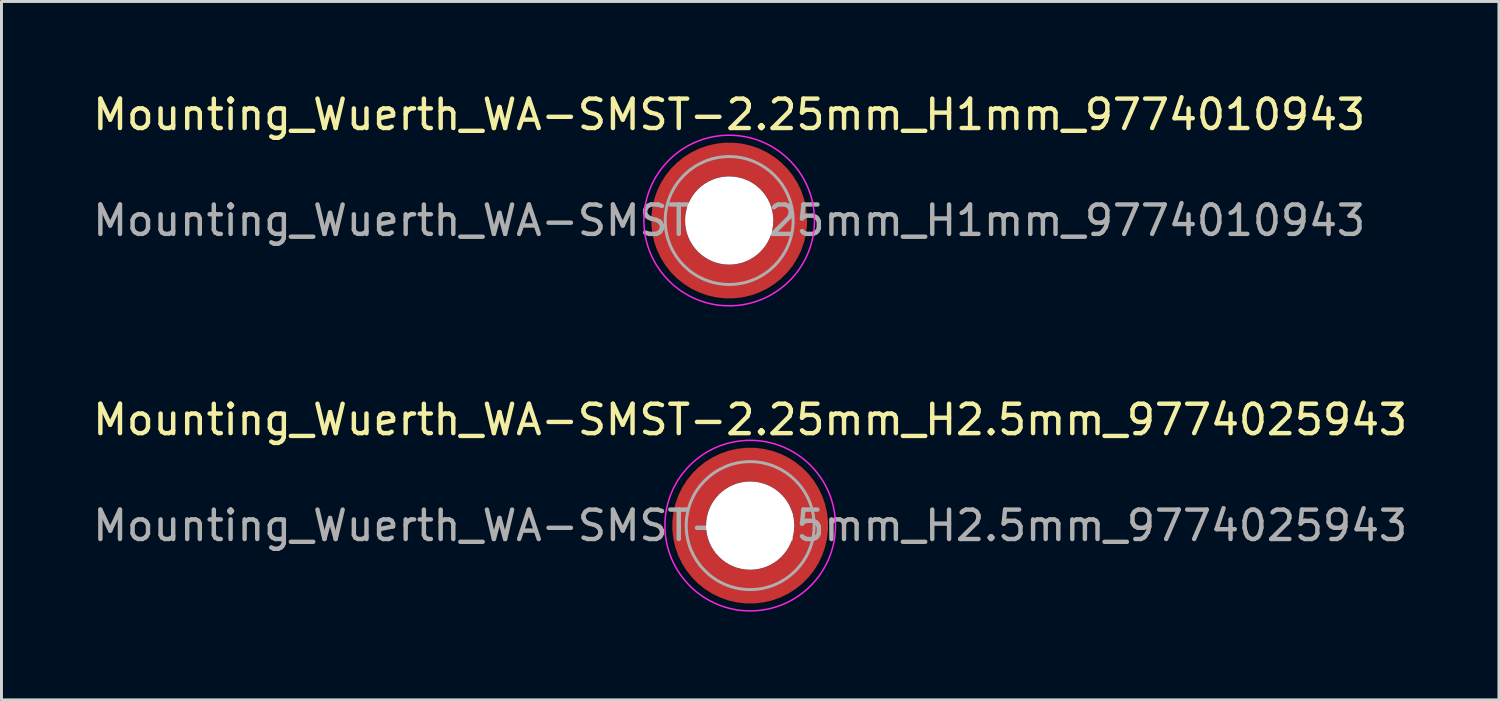
<source format=kicad_pcb>
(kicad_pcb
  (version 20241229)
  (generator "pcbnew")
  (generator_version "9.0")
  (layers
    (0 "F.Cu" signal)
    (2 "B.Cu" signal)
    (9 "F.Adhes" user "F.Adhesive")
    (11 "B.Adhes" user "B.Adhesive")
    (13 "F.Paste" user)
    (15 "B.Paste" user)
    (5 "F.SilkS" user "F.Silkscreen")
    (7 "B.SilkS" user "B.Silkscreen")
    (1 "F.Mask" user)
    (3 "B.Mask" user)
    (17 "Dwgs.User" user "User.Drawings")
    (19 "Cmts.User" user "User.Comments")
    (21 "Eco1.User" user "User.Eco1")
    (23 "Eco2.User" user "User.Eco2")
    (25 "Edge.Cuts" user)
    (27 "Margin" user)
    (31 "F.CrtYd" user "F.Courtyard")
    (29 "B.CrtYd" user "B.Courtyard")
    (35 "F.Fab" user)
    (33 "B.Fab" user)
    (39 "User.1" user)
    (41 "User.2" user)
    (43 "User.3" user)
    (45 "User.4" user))
  (footprint "Mounting_Wuerth_WA-SMST-2.25mm_H2.5mm_9774025943"
    (layer "F.Cu")
    (at 22.458 14.822)
    (property "Reference" "Mounting_Wuerth_WA-SMST-2.25mm_H2.5mm_9774025943" (at 0 -3.6 0) (layer "F.SilkS") (effects (font (size 1 1) (thickness 0.15))))
    (attr smd)
    (fp_circle (center 0 0) (end 2.9 0) (stroke (width 0.05) (type solid)) (fill no) (layer "F.CrtYd"))
    (fp_circle (center 0 0) (end 2.175 0) (stroke (width 0.1) (type solid)) (fill no) (layer "F.Fab"))
    (fp_text user "${REFERENCE}" (at 0 0 0) (layer "F.Fab") (effects (font (size 1 1) (thickness 0.15))))
    (pad "" smd custom (at -1.453 -1.453) (size 0.61 0.61) (layers "F.Paste") (options (anchor circle)) (primitives (gr_arc (start -0.147677 1.053104) (mid 0.285964 0.286792) (end 1.051968 -0.147393) (width 0.2)) (gr_arc (start -0.240295 1.053104) (mid 0.22253 0.222946) (end 1.052531 -0.24016) (width 0.2)) (gr_arc (start -0.332645 1.053104) (mid 0.158548 0.15965) (end 1.051583 -0.332304) (width 0.2)) (gr_arc (start -0.424767 1.053104) (mid 0.09486 0.096059) (end 1.051446 -0.424413) (width 0.2)) (gr_arc (start -0.516693 1.053104) (mid 0.031293 0.032346) (end 1.051645 -0.516396) (width 0.2)) (gr_arc (start -0.608448 1.053104) (mid -0.032323 -0.031316) (end 1.051707 -0.608176) (width 0.2)) (gr_arc (start -0.700056 1.053104) (mid -0.09616 -0.094758) (end 1.051155 -0.699693) (width 0.2)) (gr_arc (start -0.791534 1.053104) (mid -0.160388 -0.15781) (end 1.049515 -0.790891) (width 0.2)) (gr_arc (start -0.882896 1.053104) (mid -0.223713 -0.221764) (end 1.050388 -0.882429) (width 0.2)) (gr_arc (start -0.974157 1.053104) (mid -0.287654 -0.2851) (end 1.049541 -0.973566) (width 0.2)) (gr_line (start 1.053 -0.148) (end 1.053 -0.974) (width 0.2)) (gr_line (start -0.148 1.053) (end -0.974 1.053) (width 0.2))))
    (pad "" smd custom (at -1.453 1.453) (size 0.61 0.61) (layers "F.Paste") (options (anchor circle)) (primitives (gr_arc (start 1.053104 0.147677) (mid 0.286792 -0.285964) (end -0.147393 -1.051968) (width 0.2)) (gr_arc (start 1.053104 0.240295) (mid 0.222946 -0.22253) (end -0.24016 -1.052531) (width 0.2)) (gr_arc (start 1.053104 0.332645) (mid 0.15965 -0.158548) (end -0.332304 -1.051583) (width 0.2)) (gr_arc (start 1.053104 0.424767) (mid 0.096059 -0.09486) (end -0.424413 -1.051446) (width 0.2)) (gr_arc (start 1.053104 0.516693) (mid 0.032346 -0.031293) (end -0.516396 -1.051645) (width 0.2)) (gr_arc (start 1.053104 0.608448) (mid -0.031316 0.032323) (end -0.608176 -1.051707) (width 0.2)) (gr_arc (start 1.053104 0.700056) (mid -0.094758 0.09616) (end -0.699693 -1.051155) (width 0.2)) (gr_arc (start 1.053104 0.791534) (mid -0.15781 0.160388) (end -0.790891 -1.049515) (width 0.2)) (gr_arc (start 1.053104 0.882896) (mid -0.221765 0.223713) (end -0.882429 -1.050388) (width 0.2)) (gr_arc (start 1.053104 0.974157) (mid -0.2851 0.287654) (end -0.973566 -1.049541) (width 0.2)) (gr_line (start -0.148 -1.053) (end -0.974 -1.053) (width 0.2)) (gr_line (start 1.053 0.148) (end 1.053 0.974) (width 0.2))))
    (pad "" np_thru_hole circle (at 0 0) (size 3 3) (drill 3) (layers "*.Cu" "*.Mask"))
    (pad "" smd custom (at 1.453 -1.453) (size 0.61 0.61) (layers "F.Paste") (options (anchor circle)) (primitives (gr_arc (start -1.053104 -0.147677) (mid -0.286792 0.285964) (end 0.147393 1.051968) (width 0.2)) (gr_arc (start -1.053104 -0.240295) (mid -0.222946 0.22253) (end 0.24016 1.052531) (width 0.2)) (gr_arc (start -1.053104 -0.332645) (mid -0.15965 0.158548) (end 0.332304 1.051583) (width 0.2)) (gr_arc (start -1.053104 -0.424767) (mid -0.096059 0.09486) (end 0.424413 1.051446) (width 0.2)) (gr_arc (start -1.053104 -0.516693) (mid -0.032346 0.031293) (end 0.516396 1.051645) (width 0.2)) (gr_arc (start -1.053104 -0.608448) (mid 0.031316 -0.032323) (end 0.608176 1.051707) (width 0.2)) (gr_arc (start -1.053104 -0.700056) (mid 0.094758 -0.09616) (end 0.699693 1.051155) (width 0.2)) (gr_arc (start -1.053104 -0.791534) (mid 0.15781 -0.160388) (end 0.790891 1.049515) (width 0.2)) (gr_arc (start -1.053104 -0.882896) (mid 0.221764 -0.223713) (end 0.882429 1.050388) (width 0.2)) (gr_arc (start -1.053104 -0.974157) (mid 0.2851 -0.287654) (end 0.973566 1.049541) (width 0.2)) (gr_line (start 0.148 1.053) (end 0.974 1.053) (width 0.2)) (gr_line (start -1.053 -0.148) (end -1.053 -0.974) (width 0.2))))
    (pad "" smd custom (at 1.453 1.453) (size 0.61 0.61) (layers "F.Paste") (options (anchor circle)) (primitives (gr_arc (start 0.147677 -1.053104) (mid -0.285964 -0.286792) (end -1.051968 0.147393) (width 0.2)) (gr_arc (start 0.240295 -1.053104) (mid -0.22253 -0.222946) (end -1.052531 0.24016) (width 0.2)) (gr_arc (start 0.332645 -1.053104) (mid -0.158548 -0.15965) (end -1.051583 0.332304) (width 0.2)) (gr_arc (start 0.424767 -1.053104) (mid -0.09486 -0.096059) (end -1.051446 0.424413) (width 0.2)) (gr_arc (start 0.516693 -1.053104) (mid -0.031293 -0.032346) (end -1.051645 0.516396) (width 0.2)) (gr_arc (start 0.608448 -1.053104) (mid 0.032323 0.031316) (end -1.051707 0.608176) (width 0.2)) (gr_arc (start 0.700056 -1.053104) (mid 0.09616 0.094758) (end -1.051155 0.699693) (width 0.2)) (gr_arc (start 0.791534 -1.053104) (mid 0.160388 0.15781) (end -1.049515 0.790891) (width 0.2)) (gr_arc (start 0.882896 -1.053104) (mid 0.223713 0.221764) (end -1.050388 0.882429) (width 0.2)) (gr_arc (start 0.974157 -1.053104) (mid 0.287654 0.2851) (end -1.049541 0.973566) (width 0.2)) (gr_line (start -1.053 0.148) (end -1.053 0.974) (width 0.2)) (gr_line (start 0.148 -1.053) (end 0.974 -1.053) (width 0.2))))
    (pad "1" smd circle (at -2.075 0) (size 0.75 0.75) (layers "F.Cu"))
    (pad "1" smd circle (at 0 -2.075) (size 0.75 0.75) (layers "F.Cu"))
    (pad "1" smd circle (at 0 2.075) (size 0.75 0.75) (layers "F.Cu"))
    (pad "1" smd custom (at 2.075 0) (size 0.75 0.75) (layers "F.Cu" "F.Mask") (options (anchor circle)) (primitives (gr_circle (center -2.075 0) (end 0 0) (width 1.15) (fill no)))))
  (footprint "Mounting_Wuerth_WA-SMST-2.25mm_H1mm_9774010943"
    (layer "F.Cu")
    (at 21.744 4.448)
    (property "Reference" "Mounting_Wuerth_WA-SMST-2.25mm_H1mm_9774010943" (at 0 -3.6 0) (layer "F.SilkS") (effects (font (size 1 1) (thickness 0.15))))
    (attr smd)
    (fp_circle (center 0 0) (end 2.9 0) (stroke (width 0.05) (type solid)) (fill no) (layer "F.CrtYd"))
    (fp_circle (center 0 0) (end 2.175 0) (stroke (width 0.1) (type solid)) (fill no) (layer "F.Fab"))
    (fp_text user "${REFERENCE}" (at 0 0 0) (layer "F.Fab") (effects (font (size 1 1) (thickness 0.15))))
    (pad "" smd custom (at -1.453 -1.453) (size 0.61 0.61) (layers "F.Paste") (options (anchor circle)) (primitives (gr_arc (start -0.147677 1.053104) (mid 0.285964 0.286792) (end 1.051968 -0.147393) (width 0.2)) (gr_arc (start -0.240295 1.053104) (mid 0.22253 0.222946) (end 1.052531 -0.24016) (width 0.2)) (gr_arc (start -0.332645 1.053104) (mid 0.158548 0.15965) (end 1.051583 -0.332304) (width 0.2)) (gr_arc (start -0.424767 1.053104) (mid 0.09486 0.096059) (end 1.051446 -0.424413) (width 0.2)) (gr_arc (start -0.516693 1.053104) (mid 0.031293 0.032346) (end 1.051645 -0.516396) (width 0.2)) (gr_arc (start -0.608448 1.053104) (mid -0.032323 -0.031316) (end 1.051707 -0.608176) (width 0.2)) (gr_arc (start -0.700056 1.053104) (mid -0.09616 -0.094758) (end 1.051155 -0.699693) (width 0.2)) (gr_arc (start -0.791534 1.053104) (mid -0.160388 -0.15781) (end 1.049515 -0.790891) (width 0.2)) (gr_arc (start -0.882896 1.053104) (mid -0.223713 -0.221764) (end 1.050388 -0.882429) (width 0.2)) (gr_arc (start -0.974157 1.053104) (mid -0.287654 -0.2851) (end 1.049541 -0.973566) (width 0.2)) (gr_line (start 1.053 -0.148) (end 1.053 -0.974) (width 0.2)) (gr_line (start -0.148 1.053) (end -0.974 1.053) (width 0.2))))
    (pad "" smd custom (at -1.453 1.453) (size 0.61 0.61) (layers "F.Paste") (options (anchor circle)) (primitives (gr_arc (start 1.053104 0.147677) (mid 0.286792 -0.285964) (end -0.147393 -1.051968) (width 0.2)) (gr_arc (start 1.053104 0.240295) (mid 0.222946 -0.22253) (end -0.24016 -1.052531) (width 0.2)) (gr_arc (start 1.053104 0.332645) (mid 0.15965 -0.158548) (end -0.332304 -1.051583) (width 0.2)) (gr_arc (start 1.053104 0.424767) (mid 0.096059 -0.09486) (end -0.424413 -1.051446) (width 0.2)) (gr_arc (start 1.053104 0.516693) (mid 0.032346 -0.031293) (end -0.516396 -1.051645) (width 0.2)) (gr_arc (start 1.053104 0.608448) (mid -0.031316 0.032323) (end -0.608176 -1.051707) (width 0.2)) (gr_arc (start 1.053104 0.700056) (mid -0.094758 0.09616) (end -0.699693 -1.051155) (width 0.2)) (gr_arc (start 1.053104 0.791534) (mid -0.15781 0.160388) (end -0.790891 -1.049515) (width 0.2)) (gr_arc (start 1.053104 0.882896) (mid -0.221765 0.223713) (end -0.882429 -1.050388) (width 0.2)) (gr_arc (start 1.053104 0.974157) (mid -0.2851 0.287654) (end -0.973566 -1.049541) (width 0.2)) (gr_line (start -0.148 -1.053) (end -0.974 -1.053) (width 0.2)) (gr_line (start 1.053 0.148) (end 1.053 0.974) (width 0.2))))
    (pad "" np_thru_hole circle (at 0 0) (size 3 3) (drill 3) (layers "*.Cu" "*.Mask"))
    (pad "" smd custom (at 1.453 -1.453) (size 0.61 0.61) (layers "F.Paste") (options (anchor circle)) (primitives (gr_arc (start -1.053104 -0.147677) (mid -0.286792 0.285964) (end 0.147393 1.051968) (width 0.2)) (gr_arc (start -1.053104 -0.240295) (mid -0.222946 0.22253) (end 0.24016 1.052531) (width 0.2)) (gr_arc (start -1.053104 -0.332645) (mid -0.15965 0.158548) (end 0.332304 1.051583) (width 0.2)) (gr_arc (start -1.053104 -0.424767) (mid -0.096059 0.09486) (end 0.424413 1.051446) (width 0.2)) (gr_arc (start -1.053104 -0.516693) (mid -0.032346 0.031293) (end 0.516396 1.051645) (width 0.2)) (gr_arc (start -1.053104 -0.608448) (mid 0.031316 -0.032323) (end 0.608176 1.051707) (width 0.2)) (gr_arc (start -1.053104 -0.700056) (mid 0.094758 -0.09616) (end 0.699693 1.051155) (width 0.2)) (gr_arc (start -1.053104 -0.791534) (mid 0.15781 -0.160388) (end 0.790891 1.049515) (width 0.2)) (gr_arc (start -1.053104 -0.882896) (mid 0.221764 -0.223713) (end 0.882429 1.050388) (width 0.2)) (gr_arc (start -1.053104 -0.974157) (mid 0.2851 -0.287654) (end 0.973566 1.049541) (width 0.2)) (gr_line (start 0.148 1.053) (end 0.974 1.053) (width 0.2)) (gr_line (start -1.053 -0.148) (end -1.053 -0.974) (width 0.2))))
    (pad "" smd custom (at 1.453 1.453) (size 0.61 0.61) (layers "F.Paste") (options (anchor circle)) (primitives (gr_arc (start 0.147677 -1.053104) (mid -0.285964 -0.286792) (end -1.051968 0.147393) (width 0.2)) (gr_arc (start 0.240295 -1.053104) (mid -0.22253 -0.222946) (end -1.052531 0.24016) (width 0.2)) (gr_arc (start 0.332645 -1.053104) (mid -0.158548 -0.15965) (end -1.051583 0.332304) (width 0.2)) (gr_arc (start 0.424767 -1.053104) (mid -0.09486 -0.096059) (end -1.051446 0.424413) (width 0.2)) (gr_arc (start 0.516693 -1.053104) (mid -0.031293 -0.032346) (end -1.051645 0.516396) (width 0.2)) (gr_arc (start 0.608448 -1.053104) (mid 0.032323 0.031316) (end -1.051707 0.608176) (width 0.2)) (gr_arc (start 0.700056 -1.053104) (mid 0.09616 0.094758) (end -1.051155 0.699693) (width 0.2)) (gr_arc (start 0.791534 -1.053104) (mid 0.160388 0.15781) (end -1.049515 0.790891) (width 0.2)) (gr_arc (start 0.882896 -1.053104) (mid 0.223713 0.221764) (end -1.050388 0.882429) (width 0.2)) (gr_arc (start 0.974157 -1.053104) (mid 0.287654 0.2851) (end -1.049541 0.973566) (width 0.2)) (gr_line (start -1.053 0.148) (end -1.053 0.974) (width 0.2)) (gr_line (start 0.148 -1.053) (end 0.974 -1.053) (width 0.2))))
    (pad "1" smd circle (at -2.075 0) (size 0.75 0.75) (layers "F.Cu"))
    (pad "1" smd circle (at 0 -2.075) (size 0.75 0.75) (layers "F.Cu"))
    (pad "1" smd circle (at 0 2.075) (size 0.75 0.75) (layers "F.Cu"))
    (pad "1" smd custom (at 2.075 0) (size 0.75 0.75) (layers "F.Cu" "F.Mask") (options (anchor circle)) (primitives (gr_circle (center -2.075 0) (end 0 0) (width 1.15) (fill no)))))
  (gr_rect
    (start -3 -3)
    (end 47.917 20.747)
    (stroke (width 0.1) (type default))
    (fill no)
    (layer "Edge.Cuts")))
</source>
